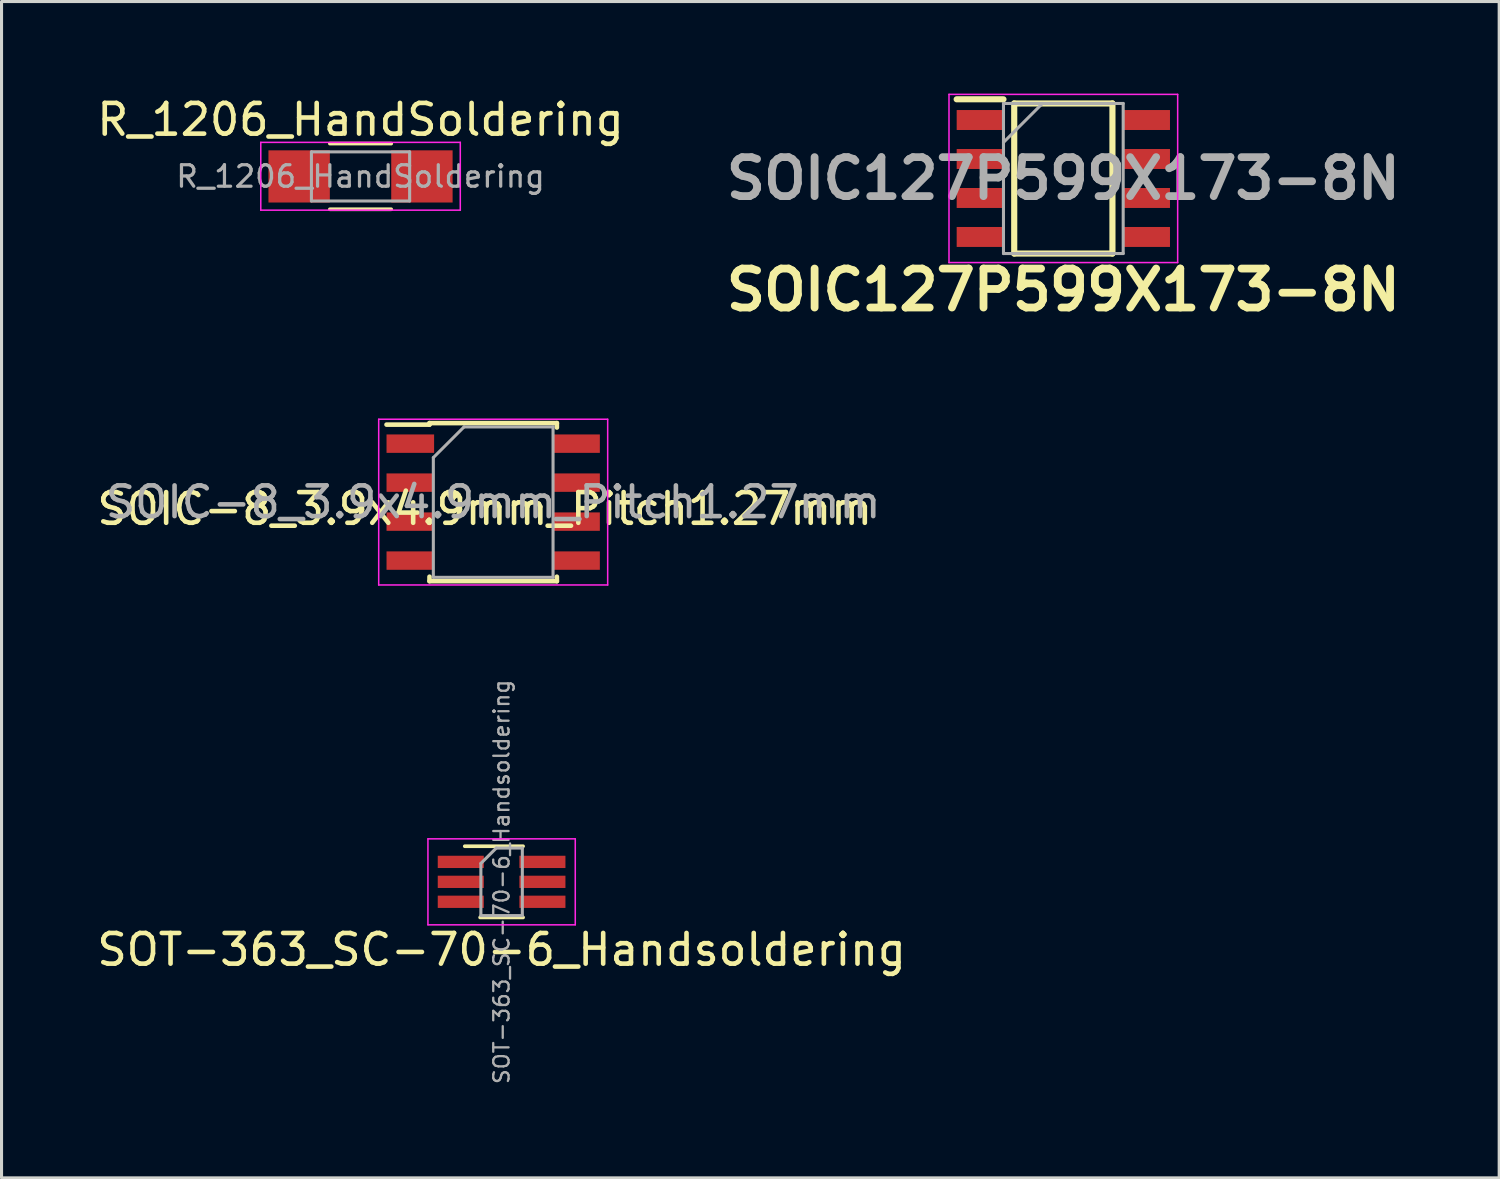
<source format=kicad_pcb>
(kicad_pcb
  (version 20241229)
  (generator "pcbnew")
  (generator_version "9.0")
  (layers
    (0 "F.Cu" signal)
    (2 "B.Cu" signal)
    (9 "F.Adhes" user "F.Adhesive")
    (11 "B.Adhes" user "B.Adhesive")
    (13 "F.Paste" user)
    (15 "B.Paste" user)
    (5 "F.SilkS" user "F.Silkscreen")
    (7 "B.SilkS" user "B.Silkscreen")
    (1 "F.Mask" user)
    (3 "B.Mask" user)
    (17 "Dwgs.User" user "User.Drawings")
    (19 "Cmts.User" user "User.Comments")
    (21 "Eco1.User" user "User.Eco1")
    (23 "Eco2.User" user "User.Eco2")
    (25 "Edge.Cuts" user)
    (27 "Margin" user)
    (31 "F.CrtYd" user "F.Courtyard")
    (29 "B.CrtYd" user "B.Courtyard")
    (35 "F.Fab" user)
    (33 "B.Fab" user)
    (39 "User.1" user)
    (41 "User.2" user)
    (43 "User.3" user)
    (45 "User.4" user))
  (footprint "R_1206_HandSoldering"
    (layer "F.Cu")
    (at 8.696 2.698)
    (property "Reference" "R_1206_HandSoldering" (at 0 -1.85 0) (layer "F.SilkS") (effects (font (size 1 1) (thickness 0.15))))
    (attr smd)
    (fp_line (start -1 -1.07) (end 1 -1.07) (stroke (width 0.12) (type solid)) (layer "F.SilkS"))
    (fp_line (start 1 1.07) (end -1 1.07) (stroke (width 0.12) (type solid)) (layer "F.SilkS"))
    (fp_line (start -3.25 -1.11) (end -3.25 1.1) (stroke (width 0.05) (type solid)) (layer "F.CrtYd"))
    (fp_line (start -3.25 -1.11) (end 3.25 -1.11) (stroke (width 0.05) (type solid)) (layer "F.CrtYd"))
    (fp_line (start 3.25 1.1) (end -3.25 1.1) (stroke (width 0.05) (type solid)) (layer "F.CrtYd"))
    (fp_line (start 3.25 1.1) (end 3.25 -1.11) (stroke (width 0.05) (type solid)) (layer "F.CrtYd"))
    (fp_line (start -1.6 -0.8) (end 1.6 -0.8) (stroke (width 0.1) (type solid)) (layer "F.Fab"))
    (fp_line (start -1.6 0.8) (end -1.6 -0.8) (stroke (width 0.1) (type solid)) (layer "F.Fab"))
    (fp_line (start 1.6 -0.8) (end 1.6 0.8) (stroke (width 0.1) (type solid)) (layer "F.Fab"))
    (fp_line (start 1.6 0.8) (end -1.6 0.8) (stroke (width 0.1) (type solid)) (layer "F.Fab"))
    (fp_text user "${REFERENCE}" (at 0 0 0) (layer "F.Fab") (effects (font (size 0.7 0.7) (thickness 0.105))))
    (pad "1" smd rect (at -2 0) (size 2 1.7) (layers "F.Cu" "F.Mask" "F.Paste"))
    (pad "2" smd rect (at 2 0) (size 2 1.7) (layers "F.Cu" "F.Mask" "F.Paste")))
  (footprint "SOIC-8_3.9x4.9mm_Pitch1.27mm"
    (layer "F.Cu")
    (at 11.494 11.277)
    (property "Reference" "SOIC-8_3.9x4.9mm_Pitch1.27mm" (at 1.25 2.25 0) (layer "F.SilkS") (effects (font (size 1 1) (thickness 0.15))))
    (attr smd)
    (fp_line (start -0.551 -0.543) (end -0.551 -0.493) (stroke (width 0.15) (type solid)) (layer "F.SilkS"))
    (fp_line (start -0.551 -0.543) (end 3.599 -0.543) (stroke (width 0.15) (type solid)) (layer "F.SilkS"))
    (fp_line (start -0.551 -0.493) (end -1.951 -0.493) (stroke (width 0.15) (type solid)) (layer "F.SilkS"))
    (fp_line (start -0.551 4.607) (end -0.551 4.462) (stroke (width 0.15) (type solid)) (layer "F.SilkS"))
    (fp_line (start -0.551 4.607) (end 3.599 4.607) (stroke (width 0.15) (type solid)) (layer "F.SilkS"))
    (fp_line (start 3.599 -0.543) (end 3.599 -0.398) (stroke (width 0.15) (type solid)) (layer "F.SilkS"))
    (fp_line (start 3.599 4.607) (end 3.599 4.462) (stroke (width 0.15) (type solid)) (layer "F.SilkS"))
    (fp_line (start -2.206 -0.668) (end -2.206 4.732) (stroke (width 0.05) (type solid)) (layer "F.CrtYd"))
    (fp_line (start -2.206 -0.668) (end 5.254 -0.668) (stroke (width 0.05) (type solid)) (layer "F.CrtYd"))
    (fp_line (start -2.206 4.732) (end 5.254 4.732) (stroke (width 0.05) (type solid)) (layer "F.CrtYd"))
    (fp_line (start 5.254 -0.668) (end 5.254 4.732) (stroke (width 0.05) (type solid)) (layer "F.CrtYd"))
    (fp_line (start -0.426 0.582) (end 0.574 -0.418) (stroke (width 0.1) (type solid)) (layer "F.Fab"))
    (fp_line (start -0.426 4.482) (end -0.426 0.582) (stroke (width 0.1) (type solid)) (layer "F.Fab"))
    (fp_line (start 0.574 -0.418) (end 3.474 -0.418) (stroke (width 0.1) (type solid)) (layer "F.Fab"))
    (fp_line (start 3.474 -0.418) (end 3.474 4.482) (stroke (width 0.1) (type solid)) (layer "F.Fab"))
    (fp_line (start 3.474 4.482) (end -0.426 4.482) (stroke (width 0.1) (type solid)) (layer "F.Fab"))
    (fp_text user "." (at 0.2 1 0) (layer "F.SilkS") (effects (font (size 2 2) (thickness 0.15))))
    (fp_text user "${REFERENCE}" (at 1.524 2.032 0) (layer "F.Fab") (effects (font (size 1 1) (thickness 0.15))))
    (pad "1" smd rect (at -1.176 0.127) (size 1.55 0.6) (layers "F.Cu" "F.Mask" "F.Paste"))
    (pad "2" smd rect (at -1.176 1.397) (size 1.55 0.6) (layers "F.Cu" "F.Mask" "F.Paste"))
    (pad "3" smd rect (at -1.176 2.667) (size 1.55 0.6) (layers "F.Cu" "F.Mask" "F.Paste"))
    (pad "4" smd rect (at -1.176 3.937) (size 1.55 0.6) (layers "F.Cu" "F.Mask" "F.Paste"))
    (pad "5" smd rect (at 4.224 3.937) (size 1.55 0.6) (layers "F.Cu" "F.Mask" "F.Paste"))
    (pad "6" smd rect (at 4.224 2.667) (size 1.55 0.6) (layers "F.Cu" "F.Mask" "F.Paste"))
    (pad "7" smd rect (at 4.224 1.397) (size 1.55 0.6) (layers "F.Cu" "F.Mask" "F.Paste"))
    (pad "8" smd rect (at 4.224 0.127) (size 1.55 0.6) (layers "F.Cu" "F.Mask" "F.Paste")))
  (footprint "SOIC127P599X173-8N"
    (layer "F.Cu")
    (at 31.593 2.765)
    (property "Reference" "SOIC127P599X173-8N" (at 0 3.63 0) (layer "F.SilkS") (effects (font (size 1.27 1.27) (thickness 0.254))))
    (attr smd)
    (fp_line (start -3.475 -2.58) (end -1.95 -2.58) (stroke (width 0.2) (type solid)) (layer "F.SilkS"))
    (fp_line (start -1.6 -2.445) (end 1.6 -2.445) (stroke (width 0.2) (type solid)) (layer "F.SilkS"))
    (fp_line (start -1.6 2.445) (end -1.6 -2.445) (stroke (width 0.2) (type solid)) (layer "F.SilkS"))
    (fp_line (start 1.6 -2.445) (end 1.6 2.445) (stroke (width 0.2) (type solid)) (layer "F.SilkS"))
    (fp_line (start 1.6 2.445) (end -1.6 2.445) (stroke (width 0.2) (type solid)) (layer "F.SilkS"))
    (fp_line (start -3.725 -2.74) (end 3.725 -2.74) (stroke (width 0.05) (type solid)) (layer "F.CrtYd"))
    (fp_line (start -3.725 2.74) (end -3.725 -2.74) (stroke (width 0.05) (type solid)) (layer "F.CrtYd"))
    (fp_line (start 3.725 -2.74) (end 3.725 2.74) (stroke (width 0.05) (type solid)) (layer "F.CrtYd"))
    (fp_line (start 3.725 2.74) (end -3.725 2.74) (stroke (width 0.05) (type solid)) (layer "F.CrtYd"))
    (fp_line (start -1.95 -2.445) (end 1.95 -2.445) (stroke (width 0.1) (type solid)) (layer "F.Fab"))
    (fp_line (start -1.95 -1.175) (end -0.68 -2.445) (stroke (width 0.1) (type solid)) (layer "F.Fab"))
    (fp_line (start -1.95 2.445) (end -1.95 -2.445) (stroke (width 0.1) (type solid)) (layer "F.Fab"))
    (fp_line (start 1.95 -2.445) (end 1.95 2.445) (stroke (width 0.1) (type solid)) (layer "F.Fab"))
    (fp_line (start 1.95 2.445) (end -1.95 2.445) (stroke (width 0.1) (type solid)) (layer "F.Fab"))
    (fp_text user "${REFERENCE}" (at 0 0 0) (layer "F.Fab") (effects (font (size 1.27 1.27) (thickness 0.254))))
    (pad "1" smd rect (at -2.712 -1.905 90) (size 0.65 1.525) (layers "F.Cu" "F.Mask" "F.Paste"))
    (pad "2" smd rect (at -2.712 -0.635 90) (size 0.65 1.525) (layers "F.Cu" "F.Mask" "F.Paste"))
    (pad "3" smd rect (at -2.712 0.635 90) (size 0.65 1.525) (layers "F.Cu" "F.Mask" "F.Paste"))
    (pad "4" smd rect (at -2.712 1.905 90) (size 0.65 1.525) (layers "F.Cu" "F.Mask" "F.Paste"))
    (pad "5" smd rect (at 2.712 1.905 90) (size 0.65 1.525) (layers "F.Cu" "F.Mask" "F.Paste"))
    (pad "6" smd rect (at 2.712 0.635 90) (size 0.65 1.525) (layers "F.Cu" "F.Mask" "F.Paste"))
    (pad "7" smd rect (at 2.712 -0.635 90) (size 0.65 1.525) (layers "F.Cu" "F.Mask" "F.Paste"))
    (pad "8" smd rect (at 2.712 -1.905 90) (size 0.65 1.525) (layers "F.Cu" "F.Mask" "F.Paste")))
  (footprint "SOT-363_SC-70-6_Handsoldering"
    (layer "F.Cu")
    (at 13.292 25.68)
    (property "Reference" "SOT-363_SC-70-6_Handsoldering" (at 0 2.21 0) (layer "F.SilkS") (effects (font (size 1 1) (thickness 0.15))))
    (attr smd)
    (fp_line (start -0.7 1.16) (end 0.7 1.16) (stroke (width 0.12) (type solid)) (layer "F.SilkS"))
    (fp_line (start 0.7 -1.16) (end -1.2 -1.16) (stroke (width 0.12) (type solid)) (layer "F.SilkS"))
    (fp_line (start -2.4 -1.4) (end -2.4 1.4) (stroke (width 0.05) (type solid)) (layer "F.CrtYd"))
    (fp_line (start -2.4 -1.4) (end 2.4 -1.4) (stroke (width 0.05) (type solid)) (layer "F.CrtYd"))
    (fp_line (start -2.4 1.4) (end 2.4 1.4) (stroke (width 0.05) (type solid)) (layer "F.CrtYd"))
    (fp_line (start 2.4 1.4) (end 2.4 -1.4) (stroke (width 0.05) (type solid)) (layer "F.CrtYd"))
    (fp_line (start -0.675 -0.6) (end -0.675 1.1) (stroke (width 0.1) (type solid)) (layer "F.Fab"))
    (fp_line (start -0.175 -1.1) (end -0.675 -0.6) (stroke (width 0.1) (type solid)) (layer "F.Fab"))
    (fp_line (start 0.675 -1.1) (end -0.175 -1.1) (stroke (width 0.1) (type solid)) (layer "F.Fab"))
    (fp_line (start 0.675 -1.1) (end 0.675 1.1) (stroke (width 0.1) (type solid)) (layer "F.Fab"))
    (fp_line (start 0.675 1.1) (end -0.675 1.1) (stroke (width 0.1) (type solid)) (layer "F.Fab"))
    (fp_text user "${REFERENCE}" (at 0 0 90) (layer "F.Fab") (effects (font (size 0.5 0.5) (thickness 0.075))))
    (pad "1" smd rect (at -1.33 -0.65) (size 1.5 0.4) (layers "F.Cu" "F.Mask" "F.Paste"))
    (pad "2" smd rect (at -1.33 0) (size 1.5 0.4) (layers "F.Cu" "F.Mask" "F.Paste"))
    (pad "3" smd rect (at -1.33 0.65) (size 1.5 0.4) (layers "F.Cu" "F.Mask" "F.Paste"))
    (pad "4" smd rect (at 1.33 0.65) (size 1.5 0.4) (layers "F.Cu" "F.Mask" "F.Paste"))
    (pad "5" smd rect (at 1.33 0) (size 1.5 0.4) (layers "F.Cu" "F.Mask" "F.Paste"))
    (pad "6" smd rect (at 1.33 -0.65) (size 1.5 0.4) (layers "F.Cu" "F.Mask" "F.Paste")))
  (gr_rect
    (start -3 -3)
    (end 45.793 35.325)
    (stroke (width 0.1) (type default))
    (fill no)
    (layer "Edge.Cuts")))
</source>
